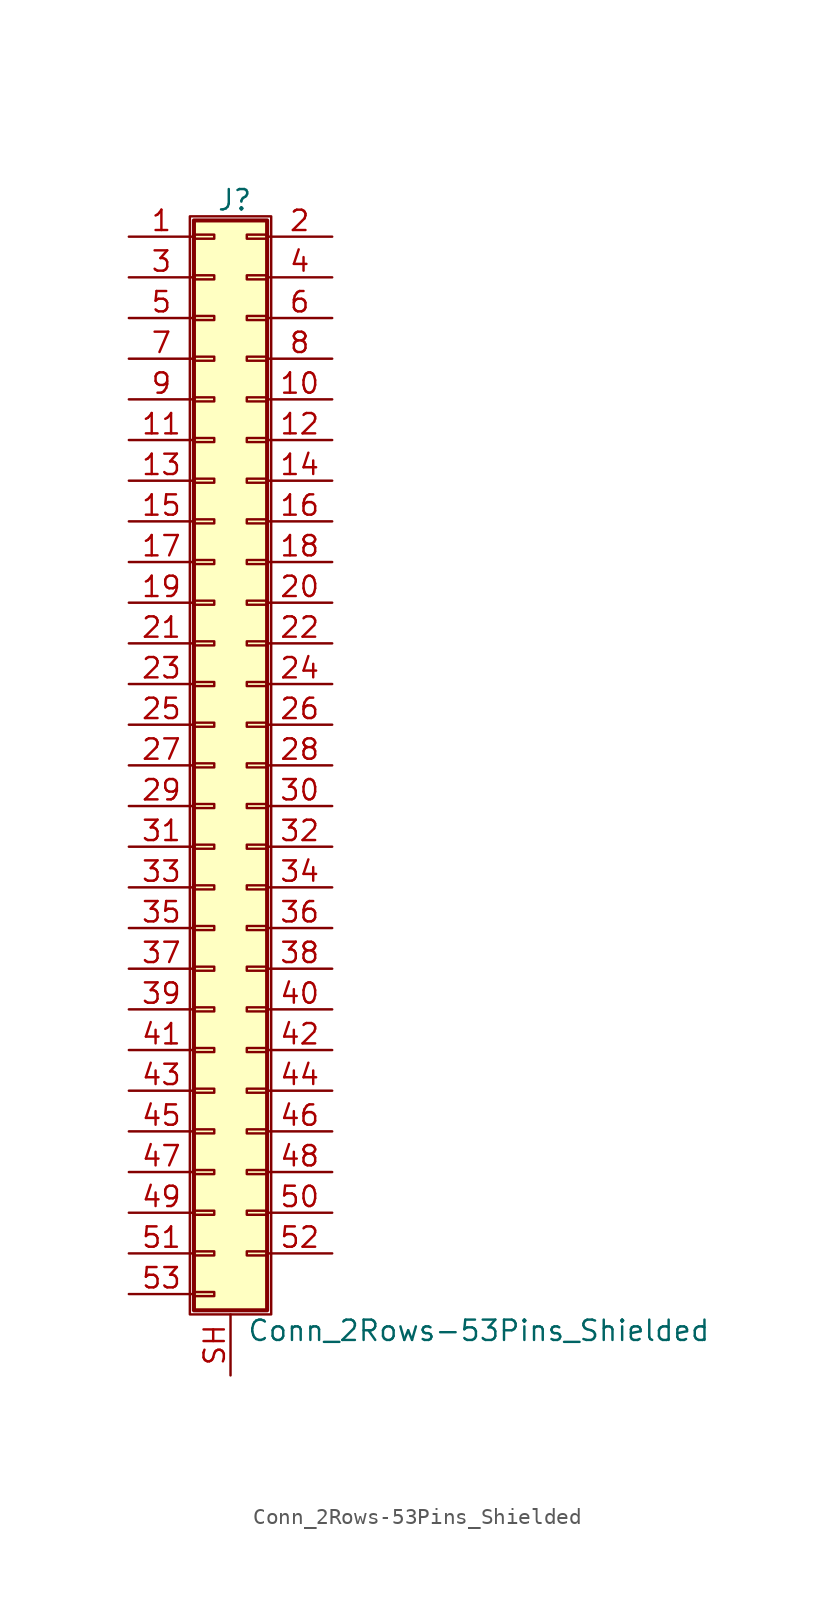
<source format=kicad_sym>
(kicad_symbol_lib
  (version 20201005)
  (generator kicad_symbol_editor)
  (symbol "Conn_2Rows-53Pins_Shielded"
    (pin_names
      (offset 1.016) hide)
    (property "Reference" "J"
      (at 1.524 35.306 0)
      (effects (font (size 1.27 1.27))))
    (property "Value" "Conn_2Rows-53Pins_Shielded"
      (at 2.286 -35.306 0)
      (effects (font (size 1.27 1.27)) (justify left)))
    (symbol "Conn_2Rows-53Pins_Shielded_1_1"
      (rectangle (start -1.27 34.29) (end 3.81 -34.29) (stroke (width 0.152)) (fill (type none)))
      (rectangle (start -1.016 -32.893) (end 0.254 -33.147) (stroke (width 0.152)) (fill (type none)))
      (rectangle (start -1.016 -30.353) (end 0.254 -30.607) (stroke (width 0.152)) (fill (type none)))
      (rectangle (start -1.016 -27.813) (end 0.254 -28.067) (stroke (width 0.152)) (fill (type none)))
      (rectangle (start -1.016 -25.273) (end 0.254 -25.527) (stroke (width 0.152)) (fill (type none)))
      (rectangle (start -1.016 -22.733) (end 0.254 -22.987) (stroke (width 0.152)) (fill (type none)))
      (rectangle (start -1.016 -20.193) (end 0.254 -20.447) (stroke (width 0.152)) (fill (type none)))
      (rectangle (start -1.016 -17.653) (end 0.254 -17.907) (stroke (width 0.152)) (fill (type none)))
      (rectangle (start -1.016 -15.113) (end 0.254 -15.367) (stroke (width 0.152)) (fill (type none)))
      (rectangle (start -1.016 -12.573) (end 0.254 -12.827) (stroke (width 0.152)) (fill (type none)))
      (rectangle (start -1.016 -10.033) (end 0.254 -10.287) (stroke (width 0.152)) (fill (type none)))
      (rectangle (start -1.016 -7.493) (end 0.254 -7.747) (stroke (width 0.152)) (fill (type none)))
      (rectangle (start -1.016 -4.953) (end 0.254 -5.207) (stroke (width 0.152)) (fill (type none)))
      (rectangle (start -1.016 -2.413) (end 0.254 -2.667) (stroke (width 0.152)) (fill (type none)))
      (rectangle (start -1.016 0.127) (end 0.254 -0.127) (stroke (width 0.152)) (fill (type none)))
      (rectangle (start -1.016 2.667) (end 0.254 2.413) (stroke (width 0.152)) (fill (type none)))
      (rectangle (start -1.016 5.207) (end 0.254 4.953) (stroke (width 0.152)) (fill (type none)))
      (rectangle (start -1.016 7.747) (end 0.254 7.493) (stroke (width 0.152)) (fill (type none)))
      (rectangle (start -1.016 10.287) (end 0.254 10.033) (stroke (width 0.152)) (fill (type none)))
      (rectangle (start -1.016 12.827) (end 0.254 12.573) (stroke (width 0.152)) (fill (type none)))
      (rectangle (start -1.016 15.367) (end 0.254 15.113) (stroke (width 0.152)) (fill (type none)))
      (rectangle (start -1.016 17.907) (end 0.254 17.653) (stroke (width 0.152)) (fill (type none)))
      (rectangle (start -1.016 20.447) (end 0.254 20.193) (stroke (width 0.152)) (fill (type none)))
      (rectangle (start -1.016 22.987) (end 0.254 22.733) (stroke (width 0.152)) (fill (type none)))
      (rectangle (start -1.016 25.527) (end 0.254 25.273) (stroke (width 0.152)) (fill (type none)))
      (rectangle (start -1.016 28.067) (end 0.254 27.813) (stroke (width 0.152)) (fill (type none)))
      (rectangle (start -1.016 30.607) (end 0.254 30.353) (stroke (width 0.152)) (fill (type none)))
      (rectangle (start -1.016 33.147) (end 0.254 32.893) (stroke (width 0.152)) (fill (type none)))
      (rectangle (start 3.556 -30.353) (end 2.286 -30.607) (stroke (width 0.152)) (fill (type none)))
      (rectangle (start 3.556 -27.813) (end 2.286 -28.067) (stroke (width 0.152)) (fill (type none)))
      (rectangle (start 3.556 -25.273) (end 2.286 -25.527) (stroke (width 0.152)) (fill (type none)))
      (rectangle (start 3.556 -22.733) (end 2.286 -22.987) (stroke (width 0.152)) (fill (type none)))
      (rectangle (start 3.556 -20.193) (end 2.286 -20.447) (stroke (width 0.152)) (fill (type none)))
      (rectangle (start 3.556 -17.653) (end 2.286 -17.907) (stroke (width 0.152)) (fill (type none)))
      (rectangle (start 3.556 -15.113) (end 2.286 -15.367) (stroke (width 0.152)) (fill (type none)))
      (rectangle (start 3.556 -12.573) (end 2.286 -12.827) (stroke (width 0.152)) (fill (type none)))
      (rectangle (start 3.556 -10.033) (end 2.286 -10.287) (stroke (width 0.152)) (fill (type none)))
      (rectangle (start 3.556 -7.493) (end 2.286 -7.747) (stroke (width 0.152)) (fill (type none)))
      (rectangle (start 3.556 -4.953) (end 2.286 -5.207) (stroke (width 0.152)) (fill (type none)))
      (rectangle (start 3.556 -2.413) (end 2.286 -2.667) (stroke (width 0.152)) (fill (type none)))
      (rectangle (start 3.556 0.127) (end 2.286 -0.127) (stroke (width 0.152)) (fill (type none)))
      (rectangle (start 3.556 2.667) (end 2.286 2.413) (stroke (width 0.152)) (fill (type none)))
      (rectangle (start 3.556 5.207) (end 2.286 4.953) (stroke (width 0.152)) (fill (type none)))
      (rectangle (start 3.556 7.747) (end 2.286 7.493) (stroke (width 0.152)) (fill (type none)))
      (rectangle (start 3.556 10.287) (end 2.286 10.033) (stroke (width 0.152)) (fill (type none)))
      (rectangle (start 3.556 12.827) (end 2.286 12.573) (stroke (width 0.152)) (fill (type none)))
      (rectangle (start 3.556 15.367) (end 2.286 15.113) (stroke (width 0.152)) (fill (type none)))
      (rectangle (start 3.556 17.907) (end 2.286 17.653) (stroke (width 0.152)) (fill (type none)))
      (rectangle (start 3.556 20.447) (end 2.286 20.193) (stroke (width 0.152)) (fill (type none)))
      (rectangle (start 3.556 22.987) (end 2.286 22.733) (stroke (width 0.152)) (fill (type none)))
      (rectangle (start 3.556 25.527) (end 2.286 25.273) (stroke (width 0.152)) (fill (type none)))
      (rectangle (start 3.556 28.067) (end 2.286 27.813) (stroke (width 0.152)) (fill (type none)))
      (rectangle (start 3.556 30.607) (end 2.286 30.353) (stroke (width 0.152)) (fill (type none)))
      (rectangle (start 3.556 33.147) (end 2.286 32.893) (stroke (width 0.152)) (fill (type none)))
      (rectangle (start -1.016 34.036) (end 3.556 -34.036) (stroke (width 0.254)) (fill (type background)))
      (pin passive line (at -5.08 33.02 0) (length 4.064) (name "Pin_1" (effects (font (size 1.27 1.27)))) (number "1" (effects (font (size 1.27 1.27)))))
      (pin passive line (at 7.62 22.86 180) (length 4.064) (name "Pin_10" (effects (font (size 1.27 1.27)))) (number "10" (effects (font (size 1.27 1.27)))))
      (pin passive line (at -5.08 20.32 0) (length 4.064) (name "Pin_11" (effects (font (size 1.27 1.27)))) (number "11" (effects (font (size 1.27 1.27)))))
      (pin passive line (at 7.62 20.32 180) (length 4.064) (name "Pin_12" (effects (font (size 1.27 1.27)))) (number "12" (effects (font (size 1.27 1.27)))))
      (pin passive line (at -5.08 17.78 0) (length 4.064) (name "Pin_13" (effects (font (size 1.27 1.27)))) (number "13" (effects (font (size 1.27 1.27)))))
      (pin passive line (at 7.62 17.78 180) (length 4.064) (name "Pin_14" (effects (font (size 1.27 1.27)))) (number "14" (effects (font (size 1.27 1.27)))))
      (pin passive line (at -5.08 15.24 0) (length 4.064) (name "Pin_15" (effects (font (size 1.27 1.27)))) (number "15" (effects (font (size 1.27 1.27)))))
      (pin passive line (at 7.62 15.24 180) (length 4.064) (name "Pin_16" (effects (font (size 1.27 1.27)))) (number "16" (effects (font (size 1.27 1.27)))))
      (pin passive line (at -5.08 12.7 0) (length 4.064) (name "Pin_17" (effects (font (size 1.27 1.27)))) (number "17" (effects (font (size 1.27 1.27)))))
      (pin passive line (at 7.62 12.7 180) (length 4.064) (name "Pin_18" (effects (font (size 1.27 1.27)))) (number "18" (effects (font (size 1.27 1.27)))))
      (pin passive line (at -5.08 10.16 0) (length 4.064) (name "Pin_19" (effects (font (size 1.27 1.27)))) (number "19" (effects (font (size 1.27 1.27)))))
      (pin passive line (at 7.62 33.02 180) (length 4.064) (name "Pin_2" (effects (font (size 1.27 1.27)))) (number "2" (effects (font (size 1.27 1.27)))))
      (pin passive line (at 7.62 10.16 180) (length 4.064) (name "Pin_20" (effects (font (size 1.27 1.27)))) (number "20" (effects (font (size 1.27 1.27)))))
      (pin passive line (at -5.08 7.62 0) (length 4.064) (name "Pin_21" (effects (font (size 1.27 1.27)))) (number "21" (effects (font (size 1.27 1.27)))))
      (pin passive line (at 7.62 7.62 180) (length 4.064) (name "Pin_22" (effects (font (size 1.27 1.27)))) (number "22" (effects (font (size 1.27 1.27)))))
      (pin passive line (at -5.08 5.08 0) (length 4.064) (name "Pin_23" (effects (font (size 1.27 1.27)))) (number "23" (effects (font (size 1.27 1.27)))))
      (pin passive line (at 7.62 5.08 180) (length 4.064) (name "Pin_24" (effects (font (size 1.27 1.27)))) (number "24" (effects (font (size 1.27 1.27)))))
      (pin passive line (at -5.08 2.54 0) (length 4.064) (name "Pin_25" (effects (font (size 1.27 1.27)))) (number "25" (effects (font (size 1.27 1.27)))))
      (pin passive line (at 7.62 2.54 180) (length 4.064) (name "Pin_26" (effects (font (size 1.27 1.27)))) (number "26" (effects (font (size 1.27 1.27)))))
      (pin passive line (at -5.08 0 0) (length 4.064) (name "Pin_27" (effects (font (size 1.27 1.27)))) (number "27" (effects (font (size 1.27 1.27)))))
      (pin passive line (at 7.62 0 180) (length 4.064) (name "Pin_28" (effects (font (size 1.27 1.27)))) (number "28" (effects (font (size 1.27 1.27)))))
      (pin passive line (at -5.08 -2.54 0) (length 4.064) (name "Pin_29" (effects (font (size 1.27 1.27)))) (number "29" (effects (font (size 1.27 1.27)))))
      (pin passive line (at -5.08 30.48 0) (length 4.064) (name "Pin_3" (effects (font (size 1.27 1.27)))) (number "3" (effects (font (size 1.27 1.27)))))
      (pin passive line (at 7.62 -2.54 180) (length 4.064) (name "Pin_30" (effects (font (size 1.27 1.27)))) (number "30" (effects (font (size 1.27 1.27)))))
      (pin passive line (at -5.08 -5.08 0) (length 4.064) (name "Pin_31" (effects (font (size 1.27 1.27)))) (number "31" (effects (font (size 1.27 1.27)))))
      (pin passive line (at 7.62 -5.08 180) (length 4.064) (name "Pin_32" (effects (font (size 1.27 1.27)))) (number "32" (effects (font (size 1.27 1.27)))))
      (pin passive line (at -5.08 -7.62 0) (length 4.064) (name "Pin_33" (effects (font (size 1.27 1.27)))) (number "33" (effects (font (size 1.27 1.27)))))
      (pin passive line (at 7.62 -7.62 180) (length 4.064) (name "Pin_34" (effects (font (size 1.27 1.27)))) (number "34" (effects (font (size 1.27 1.27)))))
      (pin passive line (at -5.08 -10.16 0) (length 4.064) (name "Pin_35" (effects (font (size 1.27 1.27)))) (number "35" (effects (font (size 1.27 1.27)))))
      (pin passive line (at 7.62 -10.16 180) (length 4.064) (name "Pin_36" (effects (font (size 1.27 1.27)))) (number "36" (effects (font (size 1.27 1.27)))))
      (pin passive line (at -5.08 -12.7 0) (length 4.064) (name "Pin_37" (effects (font (size 1.27 1.27)))) (number "37" (effects (font (size 1.27 1.27)))))
      (pin passive line (at 7.62 -12.7 180) (length 4.064) (name "Pin_38" (effects (font (size 1.27 1.27)))) (number "38" (effects (font (size 1.27 1.27)))))
      (pin passive line (at -5.08 -15.24 0) (length 4.064) (name "Pin_39" (effects (font (size 1.27 1.27)))) (number "39" (effects (font (size 1.27 1.27)))))
      (pin passive line (at 7.62 30.48 180) (length 4.064) (name "Pin_4" (effects (font (size 1.27 1.27)))) (number "4" (effects (font (size 1.27 1.27)))))
      (pin passive line (at 7.62 -15.24 180) (length 4.064) (name "Pin_40" (effects (font (size 1.27 1.27)))) (number "40" (effects (font (size 1.27 1.27)))))
      (pin passive line (at -5.08 -17.78 0) (length 4.064) (name "Pin_41" (effects (font (size 1.27 1.27)))) (number "41" (effects (font (size 1.27 1.27)))))
      (pin passive line (at 7.62 -17.78 180) (length 4.064) (name "Pin_42" (effects (font (size 1.27 1.27)))) (number "42" (effects (font (size 1.27 1.27)))))
      (pin passive line (at -5.08 -20.32 0) (length 4.064) (name "Pin_43" (effects (font (size 1.27 1.27)))) (number "43" (effects (font (size 1.27 1.27)))))
      (pin passive line (at 7.62 -20.32 180) (length 4.064) (name "Pin_44" (effects (font (size 1.27 1.27)))) (number "44" (effects (font (size 1.27 1.27)))))
      (pin passive line (at -5.08 -22.86 0) (length 4.064) (name "Pin_45" (effects (font (size 1.27 1.27)))) (number "45" (effects (font (size 1.27 1.27)))))
      (pin passive line (at 7.62 -22.86 180) (length 4.064) (name "Pin_46" (effects (font (size 1.27 1.27)))) (number "46" (effects (font (size 1.27 1.27)))))
      (pin passive line (at -5.08 -25.4 0) (length 4.064) (name "Pin_47" (effects (font (size 1.27 1.27)))) (number "47" (effects (font (size 1.27 1.27)))))
      (pin passive line (at 7.62 -25.4 180) (length 4.064) (name "Pin_48" (effects (font (size 1.27 1.27)))) (number "48" (effects (font (size 1.27 1.27)))))
      (pin passive line (at -5.08 -27.94 0) (length 4.064) (name "Pin_49" (effects (font (size 1.27 1.27)))) (number "49" (effects (font (size 1.27 1.27)))))
      (pin passive line (at -5.08 27.94 0) (length 4.064) (name "Pin_5" (effects (font (size 1.27 1.27)))) (number "5" (effects (font (size 1.27 1.27)))))
      (pin passive line (at 7.62 -27.94 180) (length 4.064) (name "Pin_50" (effects (font (size 1.27 1.27)))) (number "50" (effects (font (size 1.27 1.27)))))
      (pin passive line (at -5.08 -30.48 0) (length 4.064) (name "Pin_51" (effects (font (size 1.27 1.27)))) (number "51" (effects (font (size 1.27 1.27)))))
      (pin passive line (at 7.62 -30.48 180) (length 4.064) (name "Pin_52" (effects (font (size 1.27 1.27)))) (number "52" (effects (font (size 1.27 1.27)))))
      (pin passive line (at -5.08 -33.02 0) (length 4.064) (name "Pin_53" (effects (font (size 1.27 1.27)))) (number "53" (effects (font (size 1.27 1.27)))))
      (pin passive line (at 7.62 27.94 180) (length 4.064) (name "Pin_6" (effects (font (size 1.27 1.27)))) (number "6" (effects (font (size 1.27 1.27)))))
      (pin passive line (at -5.08 25.4 0) (length 4.064) (name "Pin_7" (effects (font (size 1.27 1.27)))) (number "7" (effects (font (size 1.27 1.27)))))
      (pin passive line (at 7.62 25.4 180) (length 4.064) (name "Pin_8" (effects (font (size 1.27 1.27)))) (number "8" (effects (font (size 1.27 1.27)))))
      (pin passive line (at -5.08 22.86 0) (length 4.064) (name "Pin_9" (effects (font (size 1.27 1.27)))) (number "9" (effects (font (size 1.27 1.27)))))
      (pin passive line (at 1.27 -38.1 90) (length 3.81) (name "Shield" (effects (font (size 1.27 1.27)))) (number "SH" (effects (font (size 1.27 1.27))))))))
</source>
